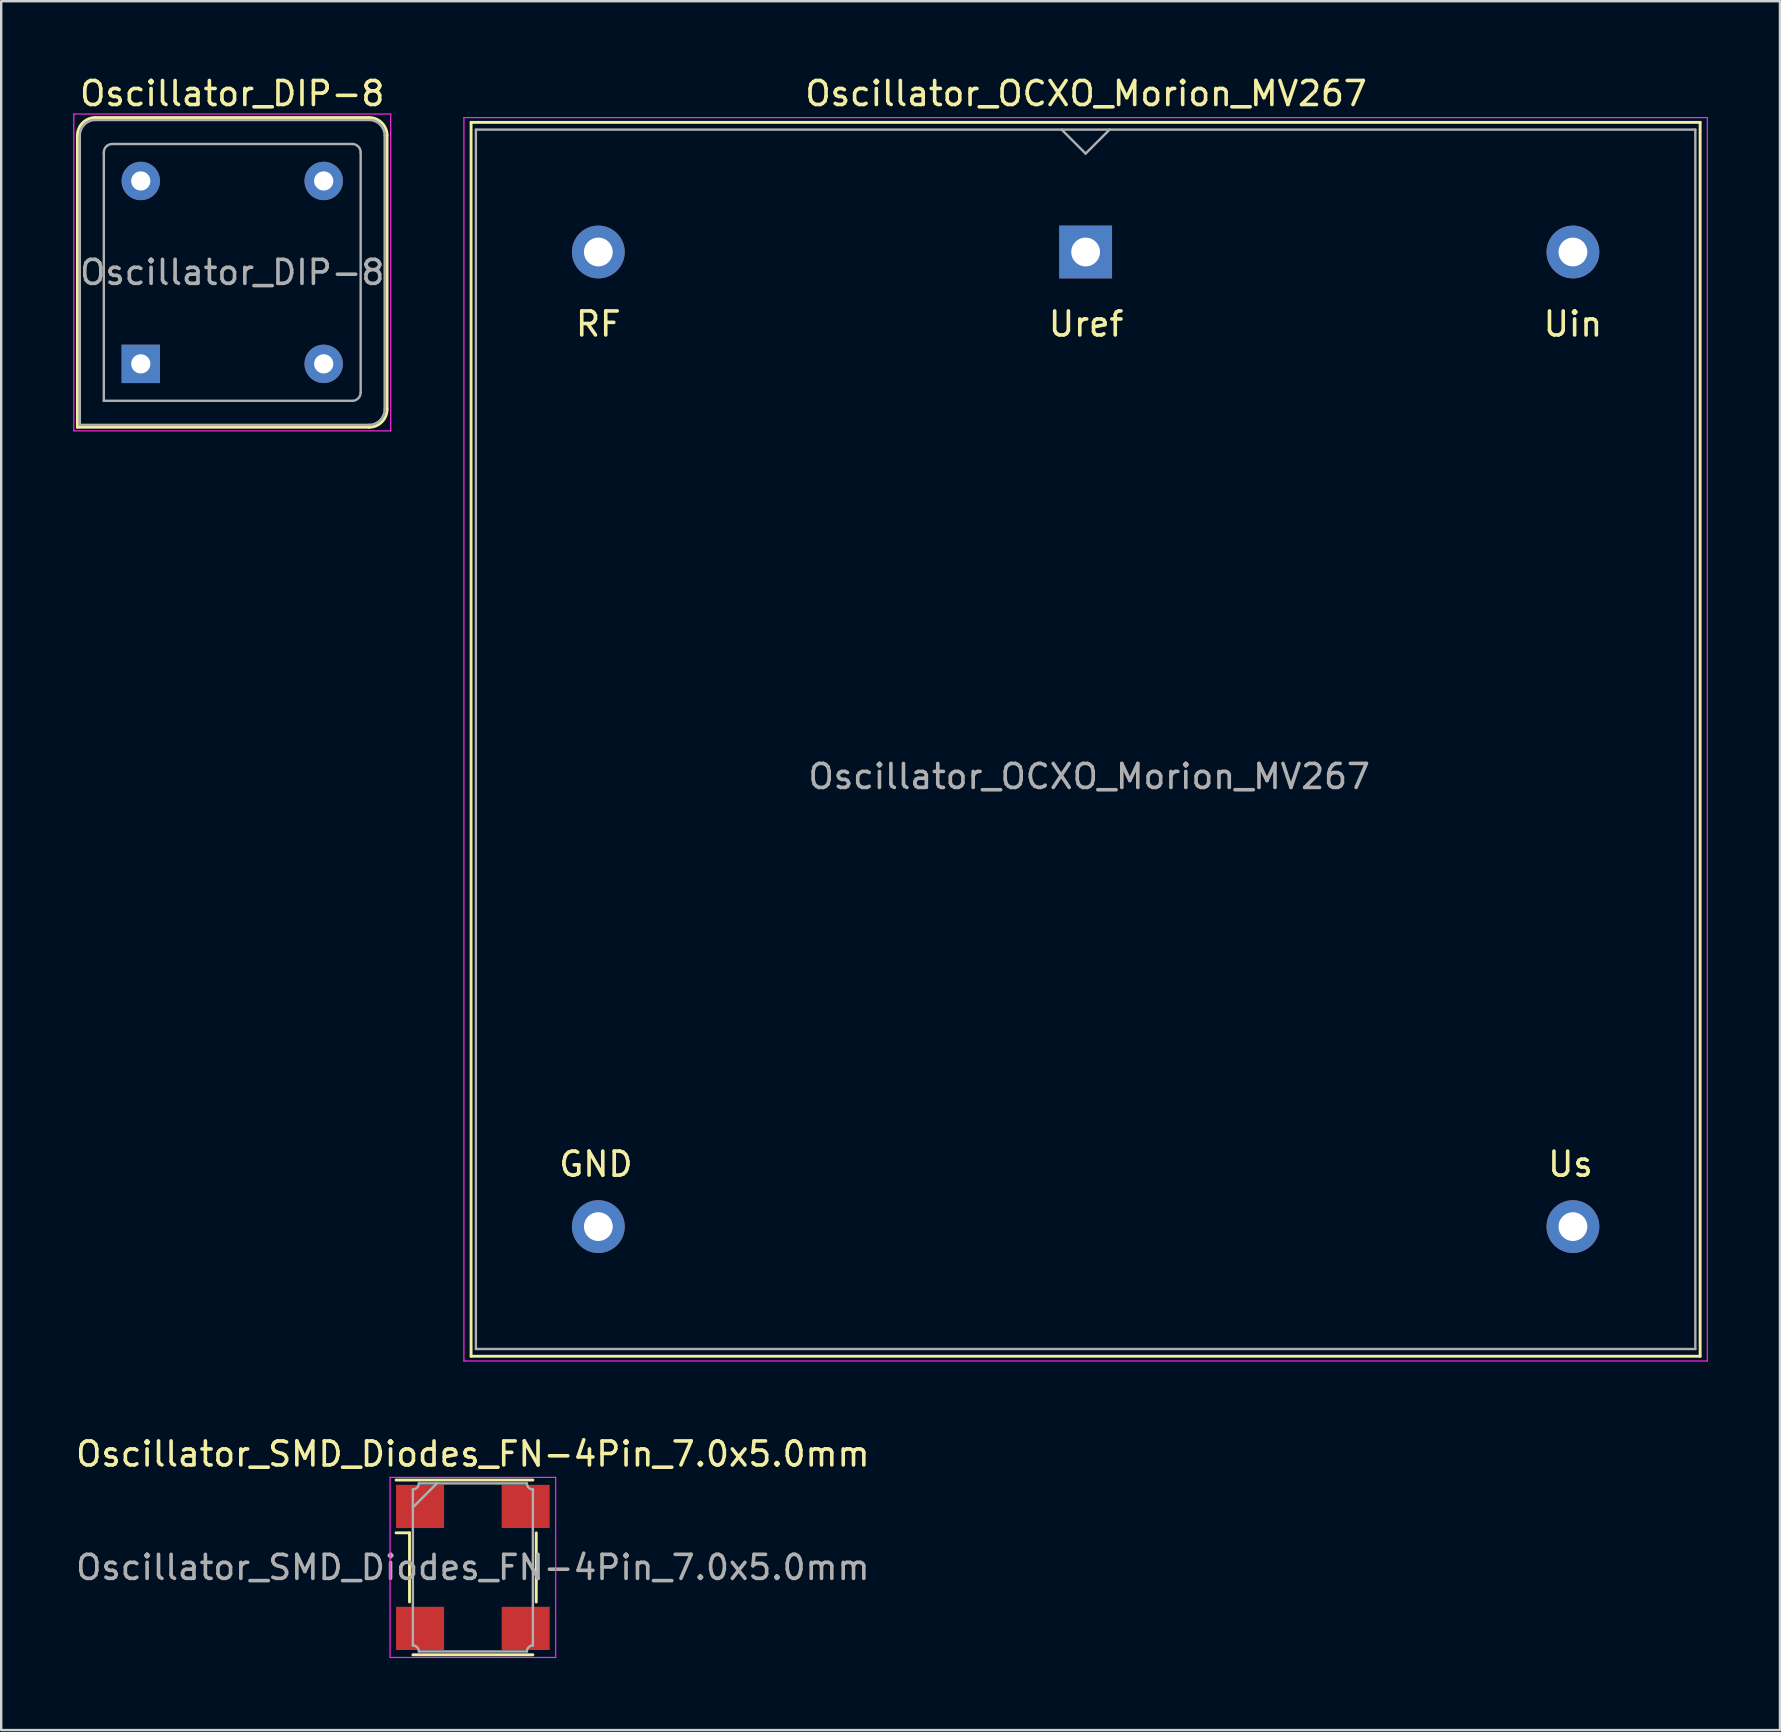
<source format=kicad_pcb>
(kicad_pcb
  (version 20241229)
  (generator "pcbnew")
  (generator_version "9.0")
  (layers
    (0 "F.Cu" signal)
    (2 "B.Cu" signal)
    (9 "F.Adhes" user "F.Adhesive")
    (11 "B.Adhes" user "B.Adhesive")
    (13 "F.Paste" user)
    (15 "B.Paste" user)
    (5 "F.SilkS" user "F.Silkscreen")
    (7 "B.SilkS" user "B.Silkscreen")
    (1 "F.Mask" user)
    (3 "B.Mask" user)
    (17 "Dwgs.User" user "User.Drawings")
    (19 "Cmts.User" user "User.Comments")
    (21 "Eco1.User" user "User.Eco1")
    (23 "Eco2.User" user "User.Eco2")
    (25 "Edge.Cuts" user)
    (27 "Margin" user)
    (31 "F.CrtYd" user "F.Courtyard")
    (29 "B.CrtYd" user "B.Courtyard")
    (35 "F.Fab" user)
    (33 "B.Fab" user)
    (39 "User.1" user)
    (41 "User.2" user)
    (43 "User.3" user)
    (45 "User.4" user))
  (footprint "Oscillator_SMD_Diodes_FN-4Pin_7.0x5.0mm"
    (layer "F.Cu")
    (at 16.649 62.246)
    (property "Reference" "Oscillator_SMD_Diodes_FN-4Pin_7.0x5.0mm" (at 0 -4.725 0) (layer "F.SilkS") (effects (font (size 1 1) (thickness 0.15))))
    (attr smd)
    (fp_line (start -3.2 -3.64) (end 2.5 -3.64) (stroke (width 0.12) (type solid)) (layer "F.SilkS"))
    (fp_line (start -2.64 -1.44) (end -3.2 -1.44) (stroke (width 0.12) (type solid)) (layer "F.SilkS"))
    (fp_line (start -2.64 -1.44) (end -2.64 1.44) (stroke (width 0.12) (type solid)) (layer "F.SilkS"))
    (fp_line (start -2.5 3.64) (end 2.5 3.64) (stroke (width 0.12) (type solid)) (layer "F.SilkS"))
    (fp_line (start 2.64 -1.44) (end 2.64 1.44) (stroke (width 0.12) (type solid)) (layer "F.SilkS"))
    (fp_line (start -3.45 -3.75) (end 3.45 -3.75) (stroke (width 0.05) (type solid)) (layer "F.CrtYd"))
    (fp_line (start -3.45 3.75) (end -3.45 -3.75) (stroke (width 0.05) (type solid)) (layer "F.CrtYd"))
    (fp_line (start 3.45 -3.75) (end 3.45 3.75) (stroke (width 0.05) (type solid)) (layer "F.CrtYd"))
    (fp_line (start 3.45 3.75) (end -3.45 3.75) (stroke (width 0.05) (type solid)) (layer "F.CrtYd"))
    (fp_line (start -2.5 -2.5) (end -1.5 -3.5) (stroke (width 0.1) (type solid)) (layer "F.Fab"))
    (fp_line (start -2.5 3.25) (end -2.5 -3.25) (stroke (width 0.1) (type solid)) (layer "F.Fab"))
    (fp_line (start -2.25 -3.5) (end 2.25 -3.5) (stroke (width 0.1) (type solid)) (layer "F.Fab"))
    (fp_line (start -2.25 3.5) (end 2.25 3.5) (stroke (width 0.1) (type solid)) (layer "F.Fab"))
    (fp_line (start 2.5 -3.25) (end 2.5 3.25) (stroke (width 0.1) (type solid)) (layer "F.Fab"))
    (fp_arc (start -2.5 3.25) (mid -2.323223 3.323223) (end -2.25 3.5) (stroke (width 0.1) (type solid)) (layer "F.Fab"))
    (fp_arc (start -2.25 -3.5) (mid -2.323223 -3.323223) (end -2.5 -3.25) (stroke (width 0.1) (type solid)) (layer "F.Fab"))
    (fp_arc (start 2.25 3.5) (mid 2.323223 3.323223) (end 2.5 3.25) (stroke (width 0.1) (type solid)) (layer "F.Fab"))
    (fp_arc (start 2.5 -3.25) (mid 2.323223 -3.323223) (end 2.25 -3.5) (stroke (width 0.1) (type solid)) (layer "F.Fab"))
    (fp_text user "${REFERENCE}" (at 0 0 0) (layer "F.Fab") (effects (font (size 1 1) (thickness 0.15))))
    (pad "1" smd rect (at -2.2 -2.54) (size 2 1.8) (layers "F.Cu" "F.Mask" "F.Paste"))
    (pad "2" smd rect (at -2.2 2.54) (size 2 1.8) (layers "F.Cu" "F.Mask" "F.Paste"))
    (pad "3" smd rect (at 2.2 2.54) (size 2 1.8) (layers "F.Cu" "F.Mask" "F.Paste"))
    (pad "4" smd rect (at 2.2 -2.54) (size 2 1.8) (layers "F.Cu" "F.Mask" "F.Paste")))
  (footprint "Oscillator_DIP-8"
    (layer "F.Cu")
    (at 2.815 12.108)
    (property "Reference" "Oscillator_DIP-8" (at 3.81 -11.26 0) (layer "F.SilkS") (effects (font (size 1 1) (thickness 0.15))))
    (attr through_hole)
    (fp_line (start -2.64 -9.51) (end -2.64 2.64) (stroke (width 0.12) (type solid)) (layer "F.SilkS"))
    (fp_line (start -2.64 2.64) (end 9.51 2.64) (stroke (width 0.12) (type solid)) (layer "F.SilkS"))
    (fp_line (start 9.51 -10.26) (end -1.89 -10.26) (stroke (width 0.12) (type solid)) (layer "F.SilkS"))
    (fp_line (start 10.26 1.89) (end 10.26 -9.51) (stroke (width 0.12) (type solid)) (layer "F.SilkS"))
    (fp_arc (start -2.64 -9.51) (mid -2.42033 -10.04033) (end -1.89 -10.26) (stroke (width 0.12) (type solid)) (layer "F.SilkS"))
    (fp_arc (start 9.51 -10.26) (mid 10.04033 -10.04033) (end 10.26 -9.51) (stroke (width 0.12) (type solid)) (layer "F.SilkS"))
    (fp_arc (start 10.26 1.89) (mid 10.04033 2.42033) (end 9.51 2.64) (stroke (width 0.12) (type solid)) (layer "F.SilkS"))
    (fp_line (start -2.79 -10.41) (end -2.79 2.79) (stroke (width 0.05) (type solid)) (layer "F.CrtYd"))
    (fp_line (start -2.79 2.79) (end 10.41 2.79) (stroke (width 0.05) (type solid)) (layer "F.CrtYd"))
    (fp_line (start 10.41 -10.41) (end -2.79 -10.41) (stroke (width 0.05) (type solid)) (layer "F.CrtYd"))
    (fp_line (start 10.41 2.79) (end 10.41 -10.41) (stroke (width 0.05) (type solid)) (layer "F.CrtYd"))
    (fp_line (start -2.54 2.54) (end -2.54 -9.51) (stroke (width 0.1) (type solid)) (layer "F.Fab"))
    (fp_line (start -2.54 2.54) (end 9.51 2.54) (stroke (width 0.1) (type solid)) (layer "F.Fab"))
    (fp_line (start -1.89 -10.16) (end 9.51 -10.16) (stroke (width 0.1) (type solid)) (layer "F.Fab"))
    (fp_line (start -1.54 1.54) (end -1.54 -8.81) (stroke (width 0.1) (type solid)) (layer "F.Fab"))
    (fp_line (start -1.54 1.54) (end 8.81 1.54) (stroke (width 0.1) (type solid)) (layer "F.Fab"))
    (fp_line (start -1.19 -9.16) (end 8.81 -9.16) (stroke (width 0.1) (type solid)) (layer "F.Fab"))
    (fp_line (start 9.16 1.19) (end 9.16 -8.81) (stroke (width 0.1) (type solid)) (layer "F.Fab"))
    (fp_line (start 10.16 -9.51) (end 10.16 1.89) (stroke (width 0.1) (type solid)) (layer "F.Fab"))
    (fp_arc (start -2.54 -9.51) (mid -2.349619 -9.969619) (end -1.89 -10.16) (stroke (width 0.1) (type solid)) (layer "F.Fab"))
    (fp_arc (start -1.54 -8.81) (mid -1.437487 -9.057487) (end -1.19 -9.16) (stroke (width 0.1) (type solid)) (layer "F.Fab"))
    (fp_arc (start 8.81 -9.16) (mid 9.057487 -9.057487) (end 9.16 -8.81) (stroke (width 0.1) (type solid)) (layer "F.Fab"))
    (fp_arc (start 9.16 1.19) (mid 9.057487 1.437487) (end 8.81 1.54) (stroke (width 0.1) (type solid)) (layer "F.Fab"))
    (fp_arc (start 9.51 -10.16) (mid 9.969619 -9.969619) (end 10.16 -9.51) (stroke (width 0.1) (type solid)) (layer "F.Fab"))
    (fp_arc (start 10.16 1.89) (mid 9.969619 2.349619) (end 9.51 2.54) (stroke (width 0.1) (type solid)) (layer "F.Fab"))
    (fp_text user "${REFERENCE}" (at 3.81 -3.81 0) (layer "F.Fab") (effects (font (size 1 1) (thickness 0.15))))
    (pad "1" thru_hole rect (at 0 0) (size 1.6 1.6) (drill 0.8) (layers "*.Cu" "*.Mask"))
    (pad "4" thru_hole circle (at 7.62 0) (size 1.6 1.6) (drill 0.8) (layers "*.Cu" "*.Mask"))
    (pad "5" thru_hole circle (at 7.62 -7.62) (size 1.6 1.6) (drill 0.8) (layers "*.Cu" "*.Mask"))
    (pad "8" thru_hole circle (at 0 -7.62) (size 1.6 1.6) (drill 0.8) (layers "*.Cu" "*.Mask")))
  (footprint "Oscillator_OCXO_Morion_MV267"
    (layer "F.Cu")
    (at 42.175 7.448)
    (property "Reference" "Oscillator_OCXO_Morion_MV267" (at 0.02 -6.6 0) (layer "F.SilkS") (effects (font (size 1 1) (thickness 0.15))))
    (attr through_hole)
    (fp_line (start -25.6 -5.4) (end -25.6 46) (stroke (width 0.12) (type solid)) (layer "F.SilkS"))
    (fp_line (start -25.6 46) (end 25.6 46) (stroke (width 0.12) (type solid)) (layer "F.SilkS"))
    (fp_line (start 25.6 -5.4) (end -25.6 -5.4) (stroke (width 0.12) (type solid)) (layer "F.SilkS"))
    (fp_line (start 25.6 46) (end 25.6 -5.4) (stroke (width 0.12) (type solid)) (layer "F.SilkS"))
    (fp_line (start -25.9 -5.6) (end -25.9 46.2) (stroke (width 0.05) (type solid)) (layer "F.CrtYd"))
    (fp_line (start -25.9 -5.6) (end 25.9 -5.6) (stroke (width 0.05) (type solid)) (layer "F.CrtYd"))
    (fp_line (start 25.9 46.2) (end -25.9 46.2) (stroke (width 0.05) (type solid)) (layer "F.CrtYd"))
    (fp_line (start 25.9 46.2) (end 25.9 -5.6) (stroke (width 0.05) (type solid)) (layer "F.CrtYd"))
    (fp_line (start -25.4 -5.1) (end 25.4 -5.1) (stroke (width 0.1) (type solid)) (layer "F.Fab"))
    (fp_line (start -25.4 45.7) (end -25.4 -5.1) (stroke (width 0.1) (type solid)) (layer "F.Fab"))
    (fp_line (start -1 -5.1) (end 0 -4.1) (stroke (width 0.1) (type solid)) (layer "F.Fab"))
    (fp_line (start 0 -4.1) (end 1 -5.1) (stroke (width 0.1) (type solid)) (layer "F.Fab"))
    (fp_line (start 25.4 -5.1) (end 25.4 45.7) (stroke (width 0.1) (type solid)) (layer "F.Fab"))
    (fp_line (start 25.4 45.7) (end -25.4 45.7) (stroke (width 0.1) (type solid)) (layer "F.Fab"))
    (fp_text user "Uref" (at 0.02 3 0) (layer "F.SilkS") (effects (font (size 1 1) (thickness 0.15))))
    (fp_text user "Uin" (at 20.3 3 0) (layer "F.SilkS") (effects (font (size 1 1) (thickness 0.15))))
    (fp_text user "Us" (at 20.2 38 0) (layer "F.SilkS") (effects (font (size 1 1) (thickness 0.15))))
    (fp_text user "GND" (at -20.4 38 0) (layer "F.SilkS") (effects (font (size 1 1) (thickness 0.15))))
    (fp_text user "RF" (at -20.3 3 0) (layer "F.SilkS") (effects (font (size 1 1) (thickness 0.15))))
    (fp_text user "${REFERENCE}" (at 0.15 21.85 0) (layer "F.Fab") (effects (font (size 1 1) (thickness 0.15))))
    (pad "1" thru_hole rect (at 0 0) (size 2.2 2.2) (drill 1.2) (layers "*.Cu" "*.Mask"))
    (pad "2" thru_hole circle (at 20.3 40.6) (size 2.2 2.2) (drill 1.2) (layers "*.Cu" "*.Mask"))
    (pad "3" thru_hole circle (at -20.3 0) (size 2.2 2.2) (drill 1.2) (layers "*.Cu" "*.Mask"))
    (pad "4" thru_hole circle (at -20.3 40.6) (size 2.2 2.2) (drill 1.2) (layers "*.Cu" "*.Mask"))
    (pad "5" thru_hole circle (at 20.3 0) (size 2.2 2.2) (drill 1.2) (layers "*.Cu" "*.Mask")))
  (gr_rect
    (start -3 -3)
    (end 71.1 69.022)
    (stroke (width 0.1) (type default))
    (fill no)
    (layer "Edge.Cuts")))
</source>
